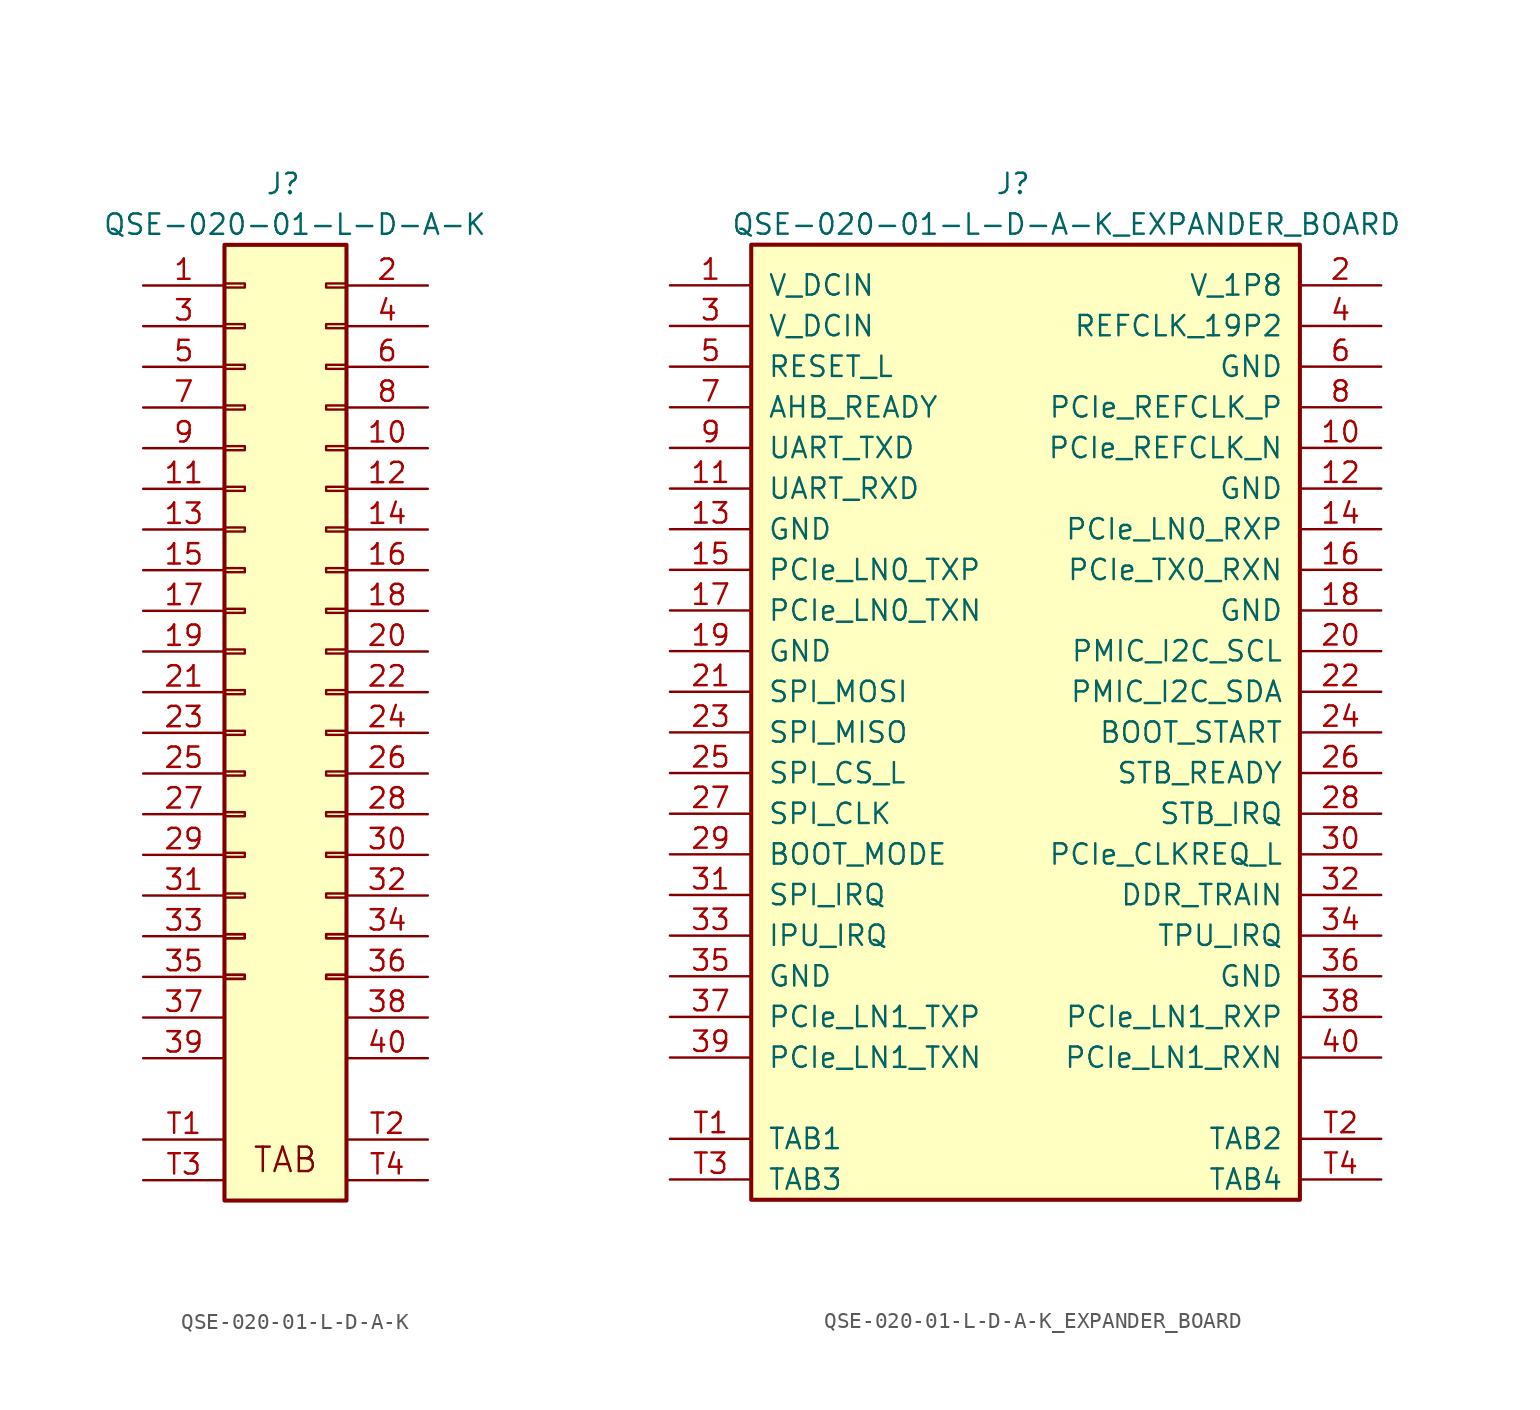
<source format=kicad_sym>
(kicad_symbol_lib
  (version 20211014)
  (generator kicad_symbol_editor)
  (symbol "QSE-020-01-L-D-A-K"
    (pin_names
      (offset 1.016))
    (property "Reference" "J"
      (at -1.27 26.67 0)
      (effects (font (size 1.27 1.27)) (justify left)))
    (property "Value" "QSE-020-01-L-D-A-K"
      (at -11.43 24.13 0)
      (effects (font (size 1.27 1.27)) (justify left)))
    (symbol "QSE-020-01-L-D-A-K_0_0"
      (text "TAB" (at 0 -34.29 0) (effects (font (size 1.524 1.524)))))
    (symbol "QSE-020-01-L-D-A-K_1_1"
      (rectangle (start -3.81 -22.733) (end -2.54 -22.987) (stroke (width 0.152) (type default)) (fill (type none)))
      (rectangle (start -3.81 -22.733) (end -2.54 -22.987) (stroke (width 0.152) (type default)) (fill (type none)))
      (rectangle (start -3.81 -20.193) (end -2.54 -20.447) (stroke (width 0.152) (type default)) (fill (type none)))
      (rectangle (start -3.81 -20.193) (end -2.54 -20.447) (stroke (width 0.152) (type default)) (fill (type none)))
      (rectangle (start -3.81 -17.653) (end -2.54 -17.907) (stroke (width 0.152) (type default)) (fill (type none)))
      (rectangle (start -3.81 -15.113) (end -2.54 -15.367) (stroke (width 0.152) (type default)) (fill (type none)))
      (rectangle (start -3.81 -12.573) (end -2.54 -12.827) (stroke (width 0.152) (type default)) (fill (type none)))
      (rectangle (start -3.81 -10.033) (end -2.54 -10.287) (stroke (width 0.152) (type default)) (fill (type none)))
      (rectangle (start -3.81 -7.493) (end -2.54 -7.747) (stroke (width 0.152) (type default)) (fill (type none)))
      (rectangle (start -3.81 -4.953) (end -2.54 -5.207) (stroke (width 0.152) (type default)) (fill (type none)))
      (rectangle (start -3.81 -2.413) (end -2.54 -2.667) (stroke (width 0.152) (type default)) (fill (type none)))
      (rectangle (start -3.81 0.127) (end -2.54 -0.127) (stroke (width 0.152) (type default)) (fill (type none)))
      (rectangle (start -3.81 2.667) (end -2.54 2.413) (stroke (width 0.152) (type default)) (fill (type none)))
      (rectangle (start -3.81 5.207) (end -2.54 4.953) (stroke (width 0.152) (type default)) (fill (type none)))
      (rectangle (start -3.81 7.747) (end -2.54 7.493) (stroke (width 0.152) (type default)) (fill (type none)))
      (rectangle (start -3.81 10.287) (end -2.54 10.033) (stroke (width 0.152) (type default)) (fill (type none)))
      (rectangle (start -3.81 12.827) (end -2.54 12.573) (stroke (width 0.152) (type default)) (fill (type none)))
      (rectangle (start -3.81 15.367) (end -2.54 15.113) (stroke (width 0.152) (type default)) (fill (type none)))
      (rectangle (start -3.81 17.907) (end -2.54 17.653) (stroke (width 0.152) (type default)) (fill (type none)))
      (rectangle (start -3.81 20.447) (end -2.54 20.193) (stroke (width 0.152) (type default)) (fill (type none)))
      (rectangle (start -3.81 22.86) (end 3.81 -36.83) (stroke (width 0.254) (type default)) (fill (type background)))
      (rectangle (start 3.81 -22.733) (end 2.54 -22.987) (stroke (width 0.152) (type default)) (fill (type none)))
      (rectangle (start 3.81 -22.733) (end 2.54 -22.987) (stroke (width 0.152) (type default)) (fill (type none)))
      (rectangle (start 3.81 -20.193) (end 2.54 -20.447) (stroke (width 0.152) (type default)) (fill (type none)))
      (rectangle (start 3.81 -20.193) (end 2.54 -20.447) (stroke (width 0.152) (type default)) (fill (type none)))
      (rectangle (start 3.81 -17.653) (end 2.54 -17.907) (stroke (width 0.152) (type default)) (fill (type none)))
      (rectangle (start 3.81 -15.113) (end 2.54 -15.367) (stroke (width 0.152) (type default)) (fill (type none)))
      (rectangle (start 3.81 -12.573) (end 2.54 -12.827) (stroke (width 0.152) (type default)) (fill (type none)))
      (rectangle (start 3.81 -10.033) (end 2.54 -10.287) (stroke (width 0.152) (type default)) (fill (type none)))
      (rectangle (start 3.81 -7.493) (end 2.54 -7.747) (stroke (width 0.152) (type default)) (fill (type none)))
      (rectangle (start 3.81 -4.953) (end 2.54 -5.207) (stroke (width 0.152) (type default)) (fill (type none)))
      (rectangle (start 3.81 -2.413) (end 2.54 -2.667) (stroke (width 0.152) (type default)) (fill (type none)))
      (rectangle (start 3.81 0.127) (end 2.54 -0.127) (stroke (width 0.152) (type default)) (fill (type none)))
      (rectangle (start 3.81 2.667) (end 2.54 2.413) (stroke (width 0.152) (type default)) (fill (type none)))
      (rectangle (start 3.81 5.207) (end 2.54 4.953) (stroke (width 0.152) (type default)) (fill (type none)))
      (rectangle (start 3.81 7.747) (end 2.54 7.493) (stroke (width 0.152) (type default)) (fill (type none)))
      (rectangle (start 3.81 10.287) (end 2.54 10.033) (stroke (width 0.152) (type default)) (fill (type none)))
      (rectangle (start 3.81 12.827) (end 2.54 12.573) (stroke (width 0.152) (type default)) (fill (type none)))
      (rectangle (start 3.81 15.367) (end 2.54 15.113) (stroke (width 0.152) (type default)) (fill (type none)))
      (rectangle (start 3.81 17.907) (end 2.54 17.653) (stroke (width 0.152) (type default)) (fill (type none)))
      (rectangle (start 3.81 20.447) (end 2.54 20.193) (stroke (width 0.152) (type default)) (fill (type none)))
      (pin passive line (at -8.89 20.32 0) (length 5.08) (name "~" (effects (font (size 1.27 1.27)))) (number "1" (effects (font (size 1.27 1.27)))))
      (pin passive line (at 8.89 10.16 180) (length 5.08) (name "~" (effects (font (size 1.27 1.27)))) (number "10" (effects (font (size 1.27 1.27)))))
      (pin passive line (at -8.89 7.62 0) (length 5.08) (name "~" (effects (font (size 1.27 1.27)))) (number "11" (effects (font (size 1.27 1.27)))))
      (pin passive line (at 8.89 7.62 180) (length 5.08) (name "~" (effects (font (size 1.27 1.27)))) (number "12" (effects (font (size 1.27 1.27)))))
      (pin passive line (at -8.89 5.08 0) (length 5.08) (name "~" (effects (font (size 1.27 1.27)))) (number "13" (effects (font (size 1.27 1.27)))))
      (pin passive line (at 8.89 5.08 180) (length 5.08) (name "~" (effects (font (size 1.27 1.27)))) (number "14" (effects (font (size 1.27 1.27)))))
      (pin passive line (at -8.89 2.54 0) (length 5.08) (name "~" (effects (font (size 1.27 1.27)))) (number "15" (effects (font (size 1.27 1.27)))))
      (pin passive line (at 8.89 2.54 180) (length 5.08) (name "~" (effects (font (size 1.27 1.27)))) (number "16" (effects (font (size 1.27 1.27)))))
      (pin passive line (at -8.89 0 0) (length 5.08) (name "~" (effects (font (size 1.27 1.27)))) (number "17" (effects (font (size 1.27 1.27)))))
      (pin passive line (at 8.89 0 180) (length 5.08) (name "~" (effects (font (size 1.27 1.27)))) (number "18" (effects (font (size 1.27 1.27)))))
      (pin passive line (at -8.89 -2.54 0) (length 5.08) (name "~" (effects (font (size 1.27 1.27)))) (number "19" (effects (font (size 1.27 1.27)))))
      (pin passive line (at 8.89 20.32 180) (length 5.08) (name "~" (effects (font (size 1.27 1.27)))) (number "2" (effects (font (size 1.27 1.27)))))
      (pin passive line (at 8.89 -2.54 180) (length 5.08) (name "~" (effects (font (size 1.27 1.27)))) (number "20" (effects (font (size 1.27 1.27)))))
      (pin passive line (at -8.89 -5.08 0) (length 5.08) (name "~" (effects (font (size 1.27 1.27)))) (number "21" (effects (font (size 1.27 1.27)))))
      (pin passive line (at 8.89 -5.08 180) (length 5.08) (name "~" (effects (font (size 1.27 1.27)))) (number "22" (effects (font (size 1.27 1.27)))))
      (pin passive line (at -8.89 -7.62 0) (length 5.08) (name "~" (effects (font (size 1.27 1.27)))) (number "23" (effects (font (size 1.27 1.27)))))
      (pin passive line (at 8.89 -7.62 180) (length 5.08) (name "~" (effects (font (size 1.27 1.27)))) (number "24" (effects (font (size 1.27 1.27)))))
      (pin passive line (at -8.89 -10.16 0) (length 5.08) (name "~" (effects (font (size 1.27 1.27)))) (number "25" (effects (font (size 1.27 1.27)))))
      (pin passive line (at 8.89 -10.16 180) (length 5.08) (name "~" (effects (font (size 1.27 1.27)))) (number "26" (effects (font (size 1.27 1.27)))))
      (pin passive line (at -8.89 -12.7 0) (length 5.08) (name "~" (effects (font (size 1.27 1.27)))) (number "27" (effects (font (size 1.27 1.27)))))
      (pin passive line (at 8.89 -12.7 180) (length 5.08) (name "~" (effects (font (size 1.27 1.27)))) (number "28" (effects (font (size 1.27 1.27)))))
      (pin passive line (at -8.89 -15.24 0) (length 5.08) (name "~" (effects (font (size 1.27 1.27)))) (number "29" (effects (font (size 1.27 1.27)))))
      (pin passive line (at -8.89 17.78 0) (length 5.08) (name "~" (effects (font (size 1.27 1.27)))) (number "3" (effects (font (size 1.27 1.27)))))
      (pin passive line (at 8.89 -15.24 180) (length 5.08) (name "~" (effects (font (size 1.27 1.27)))) (number "30" (effects (font (size 1.27 1.27)))))
      (pin passive line (at -8.89 -17.78 0) (length 5.08) (name "~" (effects (font (size 1.27 1.27)))) (number "31" (effects (font (size 1.27 1.27)))))
      (pin passive line (at 8.89 -17.78 180) (length 5.08) (name "~" (effects (font (size 1.27 1.27)))) (number "32" (effects (font (size 1.27 1.27)))))
      (pin passive line (at -8.89 -20.32 0) (length 5.08) (name "~" (effects (font (size 1.27 1.27)))) (number "33" (effects (font (size 1.27 1.27)))))
      (pin passive line (at 8.89 -20.32 180) (length 5.08) (name "~" (effects (font (size 1.27 1.27)))) (number "34" (effects (font (size 1.27 1.27)))))
      (pin passive line (at -8.89 -22.86 0) (length 5.08) (name "~" (effects (font (size 1.27 1.27)))) (number "35" (effects (font (size 1.27 1.27)))))
      (pin passive line (at 8.89 -22.86 180) (length 5.08) (name "~" (effects (font (size 1.27 1.27)))) (number "36" (effects (font (size 1.27 1.27)))))
      (pin passive line (at -8.89 -25.4 0) (length 5.08) (name "~" (effects (font (size 1.27 1.27)))) (number "37" (effects (font (size 1.27 1.27)))))
      (pin passive line (at 8.89 -25.4 180) (length 5.08) (name "~" (effects (font (size 1.27 1.27)))) (number "38" (effects (font (size 1.27 1.27)))))
      (pin passive line (at -8.89 -27.94 0) (length 5.08) (name "~" (effects (font (size 1.27 1.27)))) (number "39" (effects (font (size 1.27 1.27)))))
      (pin passive line (at 8.89 17.78 180) (length 5.08) (name "~" (effects (font (size 1.27 1.27)))) (number "4" (effects (font (size 1.27 1.27)))))
      (pin passive line (at 8.89 -27.94 180) (length 5.08) (name "~" (effects (font (size 1.27 1.27)))) (number "40" (effects (font (size 1.27 1.27)))))
      (pin passive line (at -8.89 15.24 0) (length 5.08) (name "~" (effects (font (size 1.27 1.27)))) (number "5" (effects (font (size 1.27 1.27)))))
      (pin passive line (at 8.89 15.24 180) (length 5.08) (name "~" (effects (font (size 1.27 1.27)))) (number "6" (effects (font (size 1.27 1.27)))))
      (pin passive line (at -8.89 12.7 0) (length 5.08) (name "~" (effects (font (size 1.27 1.27)))) (number "7" (effects (font (size 1.27 1.27)))))
      (pin passive line (at 8.89 12.7 180) (length 5.08) (name "~" (effects (font (size 1.27 1.27)))) (number "8" (effects (font (size 1.27 1.27)))))
      (pin passive line (at -8.89 10.16 0) (length 5.08) (name "~" (effects (font (size 1.27 1.27)))) (number "9" (effects (font (size 1.27 1.27)))))
      (pin passive line (at -8.89 -33.02 0) (length 5.08) (name "~" (effects (font (size 1.27 1.27)))) (number "T1" (effects (font (size 1.27 1.27)))))
      (pin passive line (at 8.89 -33.02 180) (length 5.08) (name "~" (effects (font (size 1.27 1.27)))) (number "T2" (effects (font (size 1.27 1.27)))))
      (pin passive line (at -8.89 -35.56 0) (length 5.08) (name "~" (effects (font (size 1.27 1.27)))) (number "T3" (effects (font (size 1.27 1.27)))))
      (pin passive line (at 8.89 -35.56 180) (length 5.08) (name "~" (effects (font (size 1.27 1.27)))) (number "T4" (effects (font (size 1.27 1.27)))))))
  (symbol "QSE-020-01-L-D-A-K_EXPANDER_BOARD"
    (pin_names
      (offset 1.016))
    (property "Reference" "J"
      (at -1.27 26.67 0)
      (effects (font (size 1.27 1.27)) (justify left)))
    (property "Value" "QSE-020-01-L-D-A-K_EXPANDER_BOARD"
      (at -17.78 24.13 0)
      (effects (font (size 1.27 1.27)) (justify left)))
    (symbol "QSE-020-01-L-D-A-K_EXPANDER_BOARD_1_1"
      (rectangle (start -16.51 22.86) (end 17.78 -36.83) (stroke (width 0.254) (type default)) (fill (type background)))
      (pin passive line (at -21.59 20.32 0) (length 5.08) (name "V_DCIN" (effects (font (size 1.27 1.27)))) (number "1" (effects (font (size 1.27 1.27)))))
      (pin passive line (at 22.86 10.16 180) (length 5.08) (name "PCIe_REFCLK_N" (effects (font (size 1.27 1.27)))) (number "10" (effects (font (size 1.27 1.27)))))
      (pin passive line (at -21.59 7.62 0) (length 5.08) (name "UART_RXD" (effects (font (size 1.27 1.27)))) (number "11" (effects (font (size 1.27 1.27)))))
      (pin passive line (at 22.86 7.62 180) (length 5.08) (name "GND" (effects (font (size 1.27 1.27)))) (number "12" (effects (font (size 1.27 1.27)))))
      (pin passive line (at -21.59 5.08 0) (length 5.08) (name "GND" (effects (font (size 1.27 1.27)))) (number "13" (effects (font (size 1.27 1.27)))))
      (pin passive line (at 22.86 5.08 180) (length 5.08) (name "PCIe_LN0_RXP" (effects (font (size 1.27 1.27)))) (number "14" (effects (font (size 1.27 1.27)))))
      (pin passive line (at -21.59 2.54 0) (length 5.08) (name "PCIe_LN0_TXP" (effects (font (size 1.27 1.27)))) (number "15" (effects (font (size 1.27 1.27)))))
      (pin passive line (at 22.86 2.54 180) (length 5.08) (name "PCIe_TX0_RXN" (effects (font (size 1.27 1.27)))) (number "16" (effects (font (size 1.27 1.27)))))
      (pin passive line (at -21.59 0 0) (length 5.08) (name "PCIe_LN0_TXN" (effects (font (size 1.27 1.27)))) (number "17" (effects (font (size 1.27 1.27)))))
      (pin passive line (at 22.86 0 180) (length 5.08) (name "GND" (effects (font (size 1.27 1.27)))) (number "18" (effects (font (size 1.27 1.27)))))
      (pin passive line (at -21.59 -2.54 0) (length 5.08) (name "GND" (effects (font (size 1.27 1.27)))) (number "19" (effects (font (size 1.27 1.27)))))
      (pin passive line (at 22.86 20.32 180) (length 5.08) (name "V_1P8" (effects (font (size 1.27 1.27)))) (number "2" (effects (font (size 1.27 1.27)))))
      (pin passive line (at 22.86 -2.54 180) (length 5.08) (name "PMIC_I2C_SCL" (effects (font (size 1.27 1.27)))) (number "20" (effects (font (size 1.27 1.27)))))
      (pin passive line (at -21.59 -5.08 0) (length 5.08) (name "SPI_MOSI" (effects (font (size 1.27 1.27)))) (number "21" (effects (font (size 1.27 1.27)))))
      (pin passive line (at 22.86 -5.08 180) (length 5.08) (name "PMIC_I2C_SDA" (effects (font (size 1.27 1.27)))) (number "22" (effects (font (size 1.27 1.27)))))
      (pin passive line (at -21.59 -7.62 0) (length 5.08) (name "SPI_MISO" (effects (font (size 1.27 1.27)))) (number "23" (effects (font (size 1.27 1.27)))))
      (pin passive line (at 22.86 -7.62 180) (length 5.08) (name "BOOT_START" (effects (font (size 1.27 1.27)))) (number "24" (effects (font (size 1.27 1.27)))))
      (pin passive line (at -21.59 -10.16 0) (length 5.08) (name "SPI_CS_L" (effects (font (size 1.27 1.27)))) (number "25" (effects (font (size 1.27 1.27)))))
      (pin passive line (at 22.86 -10.16 180) (length 5.08) (name "STB_READY" (effects (font (size 1.27 1.27)))) (number "26" (effects (font (size 1.27 1.27)))))
      (pin passive line (at -21.59 -12.7 0) (length 5.08) (name "SPI_CLK" (effects (font (size 1.27 1.27)))) (number "27" (effects (font (size 1.27 1.27)))))
      (pin passive line (at 22.86 -12.7 180) (length 5.08) (name "STB_IRQ" (effects (font (size 1.27 1.27)))) (number "28" (effects (font (size 1.27 1.27)))))
      (pin passive line (at -21.59 -15.24 0) (length 5.08) (name "BOOT_MODE" (effects (font (size 1.27 1.27)))) (number "29" (effects (font (size 1.27 1.27)))))
      (pin passive line (at -21.59 17.78 0) (length 5.08) (name "V_DCIN" (effects (font (size 1.27 1.27)))) (number "3" (effects (font (size 1.27 1.27)))))
      (pin passive line (at 22.86 -15.24 180) (length 5.08) (name "PCIe_CLKREQ_L" (effects (font (size 1.27 1.27)))) (number "30" (effects (font (size 1.27 1.27)))))
      (pin passive line (at -21.59 -17.78 0) (length 5.08) (name "SPI_IRQ" (effects (font (size 1.27 1.27)))) (number "31" (effects (font (size 1.27 1.27)))))
      (pin passive line (at 22.86 -17.78 180) (length 5.08) (name "DDR_TRAIN" (effects (font (size 1.27 1.27)))) (number "32" (effects (font (size 1.27 1.27)))))
      (pin passive line (at -21.59 -20.32 0) (length 5.08) (name "IPU_IRQ" (effects (font (size 1.27 1.27)))) (number "33" (effects (font (size 1.27 1.27)))))
      (pin passive line (at 22.86 -20.32 180) (length 5.08) (name "TPU_IRQ" (effects (font (size 1.27 1.27)))) (number "34" (effects (font (size 1.27 1.27)))))
      (pin passive line (at -21.59 -22.86 0) (length 5.08) (name "GND" (effects (font (size 1.27 1.27)))) (number "35" (effects (font (size 1.27 1.27)))))
      (pin passive line (at 22.86 -22.86 180) (length 5.08) (name "GND" (effects (font (size 1.27 1.27)))) (number "36" (effects (font (size 1.27 1.27)))))
      (pin passive line (at -21.59 -25.4 0) (length 5.08) (name "PCIe_LN1_TXP" (effects (font (size 1.27 1.27)))) (number "37" (effects (font (size 1.27 1.27)))))
      (pin passive line (at 22.86 -25.4 180) (length 5.08) (name "PCIe_LN1_RXP" (effects (font (size 1.27 1.27)))) (number "38" (effects (font (size 1.27 1.27)))))
      (pin passive line (at -21.59 -27.94 0) (length 5.08) (name "PCIe_LN1_TXN" (effects (font (size 1.27 1.27)))) (number "39" (effects (font (size 1.27 1.27)))))
      (pin passive line (at 22.86 17.78 180) (length 5.08) (name "REFCLK_19P2" (effects (font (size 1.27 1.27)))) (number "4" (effects (font (size 1.27 1.27)))))
      (pin passive line (at 22.86 -27.94 180) (length 5.08) (name "PCIe_LN1_RXN" (effects (font (size 1.27 1.27)))) (number "40" (effects (font (size 1.27 1.27)))))
      (pin passive line (at -21.59 15.24 0) (length 5.08) (name "RESET_L" (effects (font (size 1.27 1.27)))) (number "5" (effects (font (size 1.27 1.27)))))
      (pin passive line (at 22.86 15.24 180) (length 5.08) (name "GND" (effects (font (size 1.27 1.27)))) (number "6" (effects (font (size 1.27 1.27)))))
      (pin passive line (at -21.59 12.7 0) (length 5.08) (name "AHB_READY" (effects (font (size 1.27 1.27)))) (number "7" (effects (font (size 1.27 1.27)))))
      (pin passive line (at 22.86 12.7 180) (length 5.08) (name "PCIe_REFCLK_P" (effects (font (size 1.27 1.27)))) (number "8" (effects (font (size 1.27 1.27)))))
      (pin passive line (at -21.59 10.16 0) (length 5.08) (name "UART_TXD" (effects (font (size 1.27 1.27)))) (number "9" (effects (font (size 1.27 1.27)))))
      (pin passive line (at -21.59 -33.02 0) (length 5.08) (name "TAB1" (effects (font (size 1.27 1.27)))) (number "T1" (effects (font (size 1.27 1.27)))))
      (pin passive line (at 22.86 -33.02 180) (length 5.08) (name "TAB2" (effects (font (size 1.27 1.27)))) (number "T2" (effects (font (size 1.27 1.27)))))
      (pin passive line (at -21.59 -35.56 0) (length 5.08) (name "TAB3" (effects (font (size 1.27 1.27)))) (number "T3" (effects (font (size 1.27 1.27)))))
      (pin passive line (at 22.86 -35.56 180) (length 5.08) (name "TAB4" (effects (font (size 1.27 1.27)))) (number "T4" (effects (font (size 1.27 1.27))))))))
</source>
